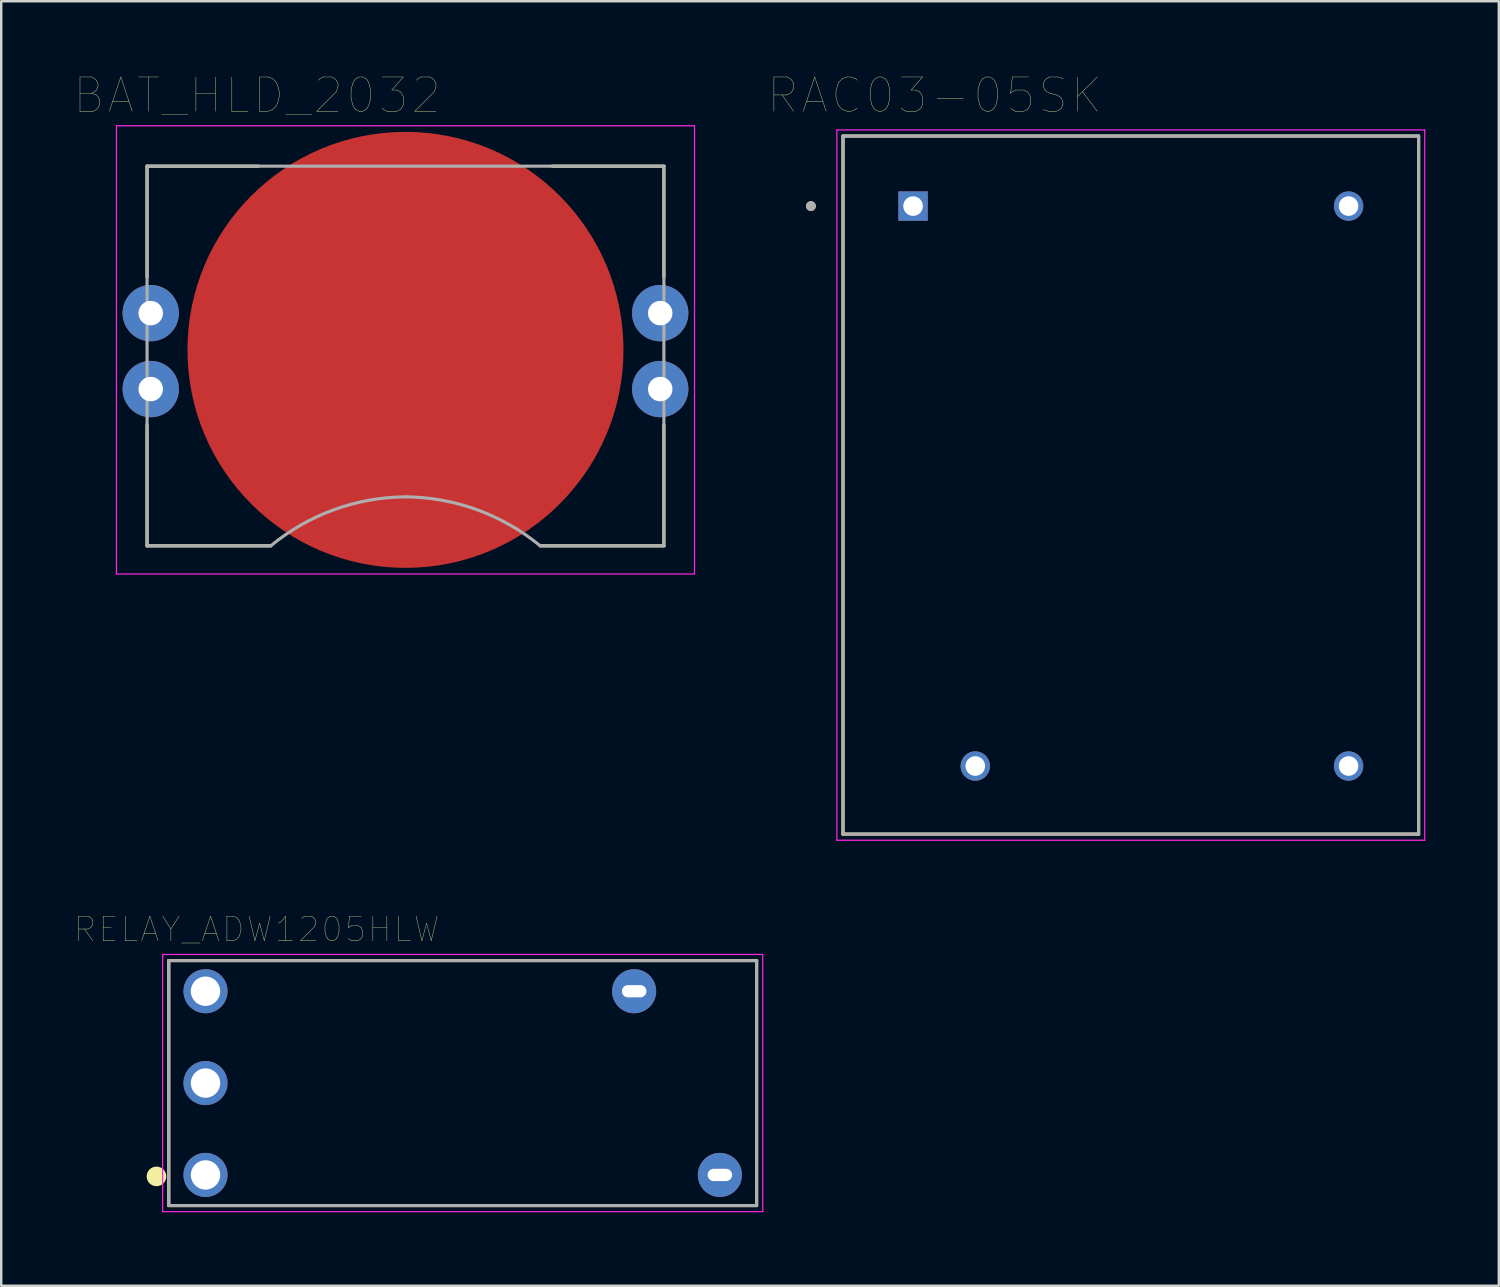
<source format=kicad_pcb>
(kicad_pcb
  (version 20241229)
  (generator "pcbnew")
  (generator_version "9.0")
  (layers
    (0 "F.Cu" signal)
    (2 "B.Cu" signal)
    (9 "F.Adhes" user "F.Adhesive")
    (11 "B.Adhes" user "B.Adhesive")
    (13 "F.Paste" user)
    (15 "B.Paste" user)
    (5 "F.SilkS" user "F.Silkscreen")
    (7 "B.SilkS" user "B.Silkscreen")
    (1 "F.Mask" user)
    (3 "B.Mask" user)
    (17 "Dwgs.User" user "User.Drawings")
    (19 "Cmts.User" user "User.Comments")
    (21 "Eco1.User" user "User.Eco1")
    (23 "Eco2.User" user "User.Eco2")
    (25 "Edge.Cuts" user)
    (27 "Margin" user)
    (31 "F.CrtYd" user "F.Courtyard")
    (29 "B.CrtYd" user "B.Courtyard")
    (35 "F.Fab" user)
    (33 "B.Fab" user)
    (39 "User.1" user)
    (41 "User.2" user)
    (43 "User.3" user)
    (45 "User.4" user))
  (footprint "RAC03-05SK"
    (layer "F.Cu")
    (at 43.117 16.754)
    (property "Reference" "RAC03-05SK" (at -8.005 -15.909 0) (layer "F.SilkS") (effects (font (size 1.4 1.4) (thickness 0.015))))
    (attr through_hole)
    (fp_line (start -11.75 -14.25) (end -11.75 14.25) (stroke (width 0.127) (type solid)) (layer "F.SilkS"))
    (fp_line (start -11.75 14.25) (end 11.75 14.25) (stroke (width 0.127) (type solid)) (layer "F.SilkS"))
    (fp_line (start 11.75 -14.25) (end -11.75 -14.25) (stroke (width 0.127) (type solid)) (layer "F.SilkS"))
    (fp_line (start 11.75 14.25) (end 11.75 -14.25) (stroke (width 0.127) (type solid)) (layer "F.SilkS"))
    (fp_circle (center -13.06 -11.39) (end -12.96 -11.39) (stroke (width 0.2) (type solid)) (fill no) (layer "F.SilkS"))
    (fp_line (start -12 14.5) (end -12 -14.5) (stroke (width 0.05) (type solid)) (layer "F.CrtYd"))
    (fp_line (start -12 14.5) (end 12 14.5) (stroke (width 0.05) (type solid)) (layer "F.CrtYd"))
    (fp_line (start 12 -14.5) (end -12 -14.5) (stroke (width 0.05) (type solid)) (layer "F.CrtYd"))
    (fp_line (start 12 -14.5) (end 12 14.5) (stroke (width 0.05) (type solid)) (layer "F.CrtYd"))
    (fp_line (start -11.75 -14.25) (end -11.75 14.25) (stroke (width 0.127) (type solid)) (layer "F.Fab"))
    (fp_line (start -11.75 14.25) (end 11.75 14.25) (stroke (width 0.127) (type solid)) (layer "F.Fab"))
    (fp_line (start 11.75 -14.25) (end -11.75 -14.25) (stroke (width 0.127) (type solid)) (layer "F.Fab"))
    (fp_line (start 11.75 14.25) (end 11.75 -14.25) (stroke (width 0.127) (type solid)) (layer "F.Fab"))
    (fp_circle (center -13.06 -11.39) (end -12.96 -11.39) (stroke (width 0.2) (type solid)) (fill no) (layer "F.Fab"))
    (pad "1" thru_hole rect (at -8.89 -11.39) (size 1.2 1.2) (drill 0.8) (layers "*.Cu" "*.Mask"))
    (pad "2" thru_hole circle (at -6.35 11.47) (size 1.2 1.2) (drill 0.8) (layers "*.Cu" "*.Mask"))
    (pad "3" thru_hole circle (at 8.89 11.47) (size 1.2 1.2) (drill 0.8) (layers "*.Cu" "*.Mask"))
    (pad "4" thru_hole circle (at 8.89 -11.39) (size 1.2 1.2) (drill 0.8) (layers "*.Cu" "*.Mask")))
  (footprint "RELAY_ADW1205HLW"
    (layer "F.Cu")
    (at 15.84 41.168)
    (property "Reference" "RELAY_ADW1205HLW" (at -8.41 -6.276 0) (layer "F.SilkS") (effects (font (size 1.001 1.001) (thickness 0.015))))
    (attr through_hole)
    (fp_line (start -12 -5) (end 12 -5) (stroke (width 0.127) (type solid)) (layer "F.SilkS"))
    (fp_line (start -12 5) (end -12 -5) (stroke (width 0.127) (type solid)) (layer "F.SilkS"))
    (fp_line (start 12 -5) (end 12 5) (stroke (width 0.127) (type solid)) (layer "F.SilkS"))
    (fp_line (start 12 5) (end -12 5) (stroke (width 0.127) (type solid)) (layer "F.SilkS"))
    (fp_circle (center -12.502 3.81) (end -12.302 3.81) (stroke (width 0.4) (type solid)) (fill no) (layer "F.SilkS"))
    (fp_line (start -12.25 -5.25) (end 12.25 -5.25) (stroke (width 0.05) (type solid)) (layer "F.CrtYd"))
    (fp_line (start -12.25 5.25) (end -12.25 -5.25) (stroke (width 0.05) (type solid)) (layer "F.CrtYd"))
    (fp_line (start 12.25 -5.25) (end 12.25 5.25) (stroke (width 0.05) (type solid)) (layer "F.CrtYd"))
    (fp_line (start 12.25 5.25) (end -12.25 5.25) (stroke (width 0.05) (type solid)) (layer "F.CrtYd"))
    (fp_line (start -12 -5) (end 12 -5) (stroke (width 0.127) (type solid)) (layer "F.Fab"))
    (fp_line (start -12 5) (end -12 -5) (stroke (width 0.127) (type solid)) (layer "F.Fab"))
    (fp_line (start 12 -5) (end 12 5) (stroke (width 0.127) (type solid)) (layer "F.Fab"))
    (fp_line (start 12 5) (end -12 5) (stroke (width 0.127) (type solid)) (layer "F.Fab"))
    (pad "1" thru_hole circle (at -10.5 3.75) (size 1.8 1.8) (drill 1.2) (layers "*.Cu" "*.Mask"))
    (pad "3" thru_hole circle (at 10.5 3.75) (size 1.8 1.8) (drill oval 1 0.5) (layers "*.Cu" "*.Mask"))
    (pad "5" thru_hole circle (at 7 -3.75) (size 1.8 1.8) (drill oval 1 0.5) (layers "*.Cu" "*.Mask"))
    (pad "6" thru_hole circle (at -10.5 -3.75) (size 1.8 1.8) (drill 1.2) (layers "*.Cu" "*.Mask"))
    (pad "7" thru_hole circle (at -10.5 0) (size 1.8 1.8) (drill 1.2) (layers "*.Cu" "*.Mask")))
  (footprint "BAT_HLD_2032"
    (layer "F.Cu")
    (at 13.504 11.234)
    (property "Reference" "BAT_HLD_2032" (at -6.055 -10.389 0) (layer "F.SilkS") (effects (font (size 1.4 1.4) (thickness 0.015))))
    (attr through_hole)
    (fp_line (start -10.55 -7.5) (end -6 -7.5) (stroke (width 0.127) (type solid)) (layer "F.SilkS"))
    (fp_line (start -10.55 -2.97) (end -10.55 -7.5) (stroke (width 0.127) (type solid)) (layer "F.SilkS"))
    (fp_line (start -10.55 3.07) (end -10.55 8) (stroke (width 0.127) (type solid)) (layer "F.SilkS"))
    (fp_line (start -10.55 8) (end -5.5 8) (stroke (width 0.127) (type solid)) (layer "F.SilkS"))
    (fp_line (start 5.5 8) (end 10.55 8) (stroke (width 0.127) (type solid)) (layer "F.SilkS"))
    (fp_line (start 6 -7.5) (end 10.55 -7.5) (stroke (width 0.127) (type solid)) (layer "F.SilkS"))
    (fp_line (start 10.55 -7.5) (end 10.55 -2.97) (stroke (width 0.127) (type solid)) (layer "F.SilkS"))
    (fp_line (start 10.55 8) (end 10.55 3.07) (stroke (width 0.127) (type solid)) (layer "F.SilkS"))
    (fp_line (start -11.8 -9.15) (end 11.8 -9.15) (stroke (width 0.05) (type solid)) (layer "F.CrtYd"))
    (fp_line (start -11.8 9.15) (end -11.8 -9.15) (stroke (width 0.05) (type solid)) (layer "F.CrtYd"))
    (fp_line (start 11.8 -9.15) (end 11.8 9.15) (stroke (width 0.05) (type solid)) (layer "F.CrtYd"))
    (fp_line (start 11.8 9.15) (end -11.8 9.15) (stroke (width 0.05) (type solid)) (layer "F.CrtYd"))
    (fp_line (start -10.55 -7.5) (end 10.55 -7.5) (stroke (width 0.127) (type solid)) (layer "F.Fab"))
    (fp_line (start -10.55 8) (end -10.55 -7.5) (stroke (width 0.127) (type solid)) (layer "F.Fab"))
    (fp_line (start -5.5 8) (end -10.55 8) (stroke (width 0.127) (type solid)) (layer "F.Fab"))
    (fp_line (start 10.55 -7.5) (end 10.55 8) (stroke (width 0.127) (type solid)) (layer "F.Fab"))
    (fp_line (start 10.55 8) (end 5.5 8) (stroke (width 0.127) (type solid)) (layer "F.Fab"))
    (fp_arc (start -5.5 8) (mid -2.922027 6.526926) (end 0 6) (stroke (width 0.127) (type solid)) (layer "F.Fab"))
    (fp_arc (start 0 6) (mid 2.922027 6.526926) (end 5.5 8) (stroke (width 0.127) (type solid)) (layer "F.Fab"))
    (pad "1" thru_hole circle (at -10.4 -1.5) (size 2.3 2.3) (drill 1) (layers "*.Cu" "*.Mask"))
    (pad "1" thru_hole circle (at -10.4 1.6) (size 2.3 2.3) (drill 1) (layers "*.Cu" "*.Mask"))
    (pad "1" thru_hole circle (at 10.4 -1.5) (size 2.3 2.3) (drill 1) (layers "*.Cu" "*.Mask"))
    (pad "1" thru_hole circle (at 10.4 1.6) (size 2.3 2.3) (drill 1) (layers "*.Cu" "*.Mask"))
    (pad "2" smd circle (at 0 0) (size 17.8 17.8) (layers "F.Cu" "F.Mask")))
  (gr_rect
    (start -3 -3)
    (end 58.142 49.443)
    (stroke (width 0.1) (type default))
    (fill no)
    (layer "Edge.Cuts")))
</source>
